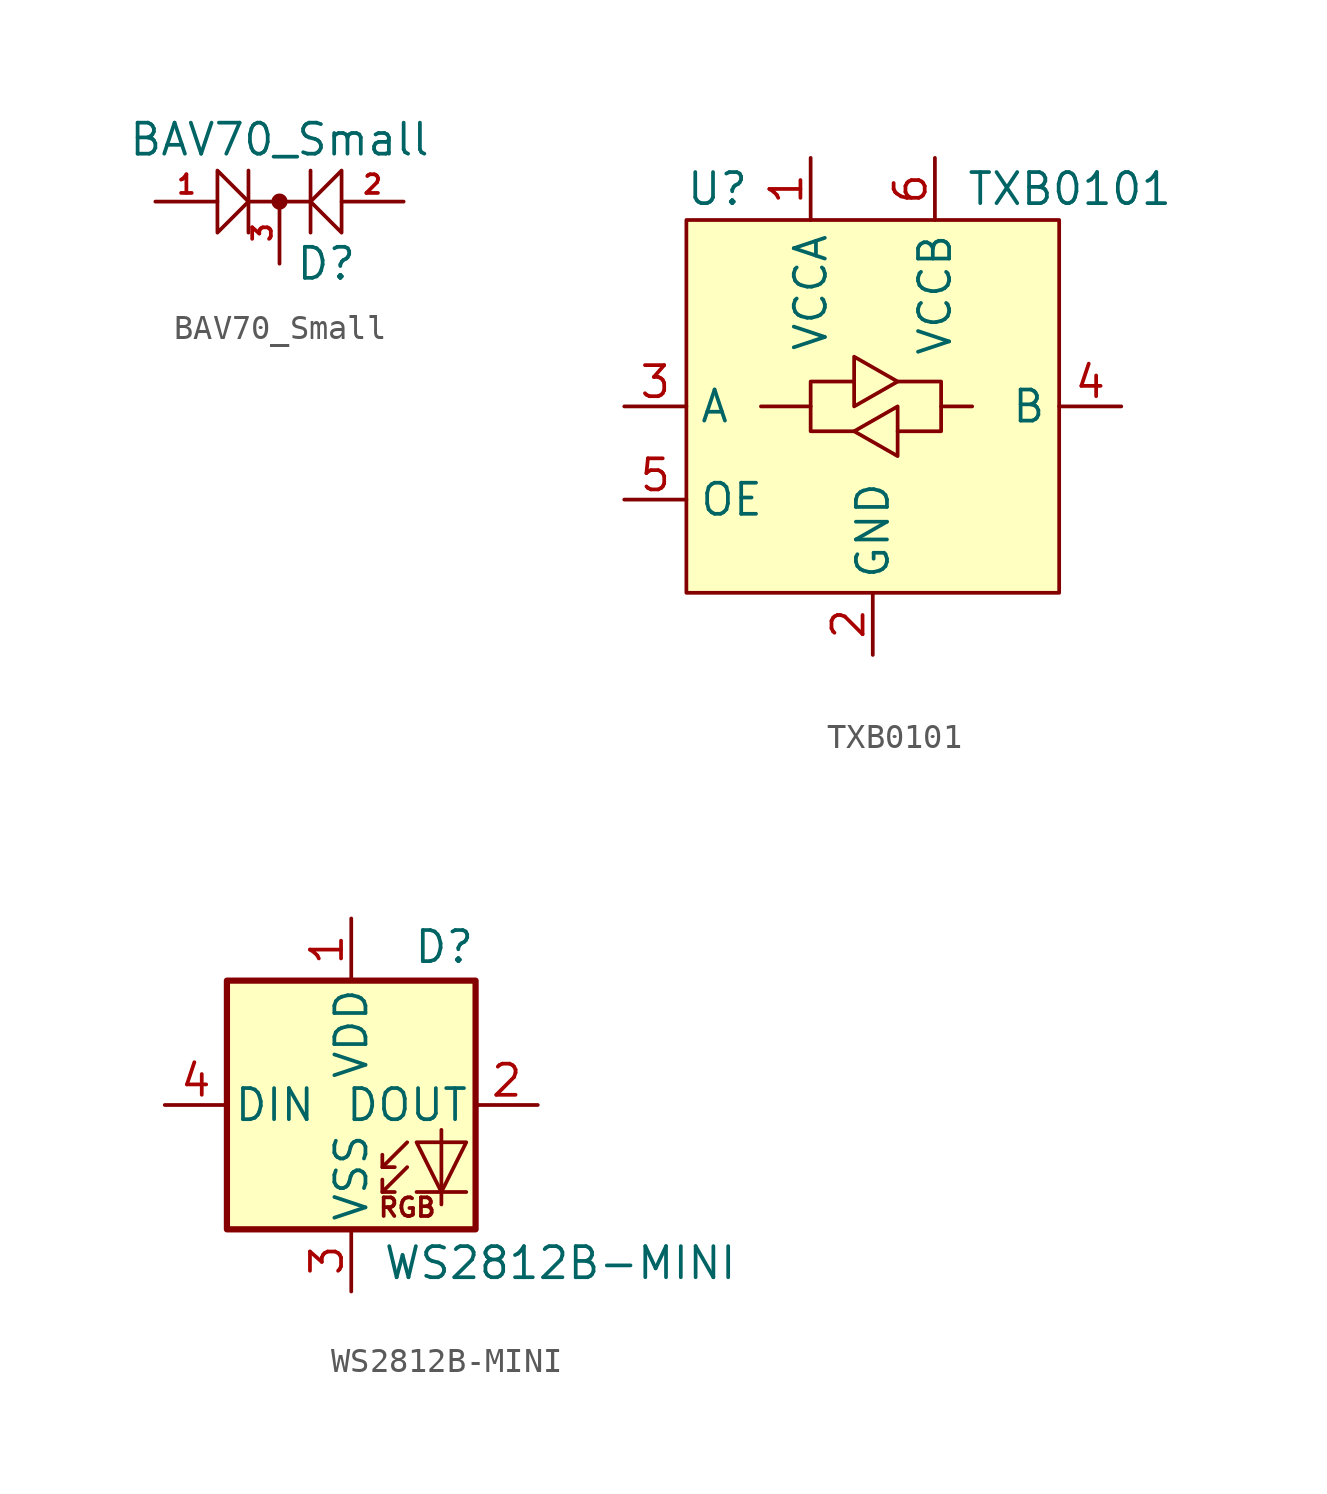
<source format=kicad_sym>
(kicad_symbol_lib
  (version 20211014)
  (generator kicad_symbol_editor)
  (symbol "BAV70_Small"
    (pin_names
      (offset 0.762) hide)
    (property "Reference" "D"
      (at 0.635 -2.54 0)
      (effects (font (size 1.27 1.27)) (justify left)))
    (property "Value" "BAV70_Small"
      (at 0 2.54 0)
      (effects (font (size 1.27 1.27))))
    (symbol "BAV70_Small_0_1"
      (polyline (pts (xy -1.27 1.27) (xy -1.27 -1.27)) (stroke (width 0) (type default) (color 0 0 0 0)) (fill (type none)))
      (polyline (pts (xy 1.27 0) (xy -1.27 0)) (stroke (width 0) (type default) (color 0 0 0 0)) (fill (type none)))
      (polyline (pts (xy 1.27 1.27) (xy 1.27 -1.27)) (stroke (width 0) (type default) (color 0 0 0 0)) (fill (type none)))
      (polyline (pts (xy -2.54 1.27) (xy -2.54 -1.27) (xy -1.27 0) (xy -2.54 1.27)) (stroke (width 0) (type default) (color 0 0 0 0)) (fill (type none)))
      (polyline (pts (xy 2.54 1.27) (xy 2.54 -1.27) (xy 1.27 0) (xy 2.54 1.27)) (stroke (width 0) (type default) (color 0 0 0 0)) (fill (type none)))
      (circle (center 0 0) (radius 0.254) (stroke (width 0) (type default) (color 0 0 0 0)) (fill (type outline))))
    (symbol "BAV70_Small_1_1"
      (pin input line (at -5.08 0 0) (length 2.54) (name "A1" (effects (font (size 0.762 0.762)))) (number "1" (effects (font (size 0.762 0.762)))))
      (pin input line (at 5.08 0 180) (length 2.54) (name "A2" (effects (font (size 0.762 0.762)))) (number "2" (effects (font (size 0.762 0.762)))))
      (pin passive line (at 0 -2.54 90) (length 2.54) (name "K" (effects (font (size 0.508 0.508)))) (number "3" (effects (font (size 0.762 0.762)))))))
  (symbol "TXB0101"
    (property "Reference" "U"
      (at -6.35 11.43 0)
      (effects (font (size 1.27 1.27))))
    (property "Value" "TXB0101"
      (at 3.81 11.43 0)
      (effects (font (size 1.27 1.27)) (justify left)))
    (symbol "TXB0101_0_1"
      (rectangle (start -7.62 10.16) (end 7.62 -5.08) (stroke (width 0) (type default) (color 0 0 0 0)) (fill (type background)))
      (polyline (pts (xy -2.54 2.54) (xy -2.54 3.556) (xy -0.762 3.556)) (stroke (width 0) (type default) (color 0 0 0 0)) (fill (type none)))
      (polyline (pts (xy 2.794 2.54) (xy 2.794 1.524) (xy 1.016 1.524)) (stroke (width 0) (type default) (color 0 0 0 0)) (fill (type none)))
      (polyline (pts (xy -0.762 1.524) (xy -2.54 1.524) (xy -2.54 2.54) (xy -4.572 2.54)) (stroke (width 0) (type default) (color 0 0 0 0)) (fill (type none)))
      (polyline (pts (xy -0.762 2.54) (xy -0.762 4.572) (xy 1.016 3.556) (xy -0.762 2.54)) (stroke (width 0) (type default) (color 0 0 0 0)) (fill (type none)))
      (polyline (pts (xy 1.016 3.556) (xy 2.794 3.556) (xy 2.794 2.54) (xy 4.064 2.54)) (stroke (width 0) (type default) (color 0 0 0 0)) (fill (type none)))
      (polyline (pts (xy 1.016 2.54) (xy 1.016 0.762) (xy 1.016 0.508) (xy -0.762 1.524) (xy 1.016 2.54)) (stroke (width 0) (type default) (color 0 0 0 0)) (fill (type none))))
    (symbol "TXB0101_1_1"
      (pin power_in line (at -2.54 12.7 270) (length 2.54) (name "VCCA" (effects (font (size 1.27 1.27)))) (number "1" (effects (font (size 1.27 1.27)))))
      (pin power_in line (at 0 -7.62 90) (length 2.54) (name "GND" (effects (font (size 1.27 1.27)))) (number "2" (effects (font (size 1.27 1.27)))))
      (pin bidirectional line (at -10.16 2.54 0) (length 2.54) (name "A" (effects (font (size 1.27 1.27)))) (number "3" (effects (font (size 1.27 1.27)))))
      (pin bidirectional line (at 10.16 2.54 180) (length 2.54) (name "B" (effects (font (size 1.27 1.27)))) (number "4" (effects (font (size 1.27 1.27)))))
      (pin input line (at -10.16 -1.27 0) (length 2.54) (name "OE" (effects (font (size 1.27 1.27)))) (number "5" (effects (font (size 1.27 1.27)))))
      (pin power_in line (at 2.54 12.7 270) (length 2.54) (name "VCCB" (effects (font (size 1.27 1.27)))) (number "6" (effects (font (size 1.27 1.27)))))))
  (symbol "WS2812B-MINI"
    (pin_names
      (offset 0.254))
    (property "Reference" "D"
      (at 5.08 5.715 0)
      (effects (font (size 1.27 1.27)) (justify right bottom)))
    (property "Value" "WS2812B-MINI"
      (at 1.27 -5.715 0)
      (effects (font (size 1.27 1.27)) (justify left top)))
    (symbol "WS2812B-MINI_0_0"
      (text "RGB" (at 2.286 -4.191 0) (effects (font (size 0.762 0.762)))))
    (symbol "WS2812B-MINI_0_1"
      (polyline (pts (xy 1.27 -3.556) (xy 1.778 -3.556)) (stroke (width 0) (type default) (color 0 0 0 0)) (fill (type none)))
      (polyline (pts (xy 1.27 -2.54) (xy 1.778 -2.54)) (stroke (width 0) (type default) (color 0 0 0 0)) (fill (type none)))
      (polyline (pts (xy 4.699 -3.556) (xy 2.667 -3.556)) (stroke (width 0) (type default) (color 0 0 0 0)) (fill (type none)))
      (polyline (pts (xy 2.286 -2.54) (xy 1.27 -3.556) (xy 1.27 -3.048)) (stroke (width 0) (type default) (color 0 0 0 0)) (fill (type none)))
      (polyline (pts (xy 2.286 -1.524) (xy 1.27 -2.54) (xy 1.27 -2.032)) (stroke (width 0) (type default) (color 0 0 0 0)) (fill (type none)))
      (polyline (pts (xy 3.683 -1.016) (xy 3.683 -3.556) (xy 3.683 -4.064)) (stroke (width 0) (type default) (color 0 0 0 0)) (fill (type none)))
      (polyline (pts (xy 4.699 -1.524) (xy 2.667 -1.524) (xy 3.683 -3.556) (xy 4.699 -1.524)) (stroke (width 0) (type default) (color 0 0 0 0)) (fill (type none)))
      (rectangle (start 5.08 5.08) (end -5.08 -5.08) (stroke (width 0.254) (type default) (color 0 0 0 0)) (fill (type background))))
    (symbol "WS2812B-MINI_1_1"
      (pin power_in line (at 0 7.62 270) (length 2.54) (name "VDD" (effects (font (size 1.27 1.27)))) (number "1" (effects (font (size 1.27 1.27)))))
      (pin output line (at 7.62 0 180) (length 2.54) (name "DOUT" (effects (font (size 1.27 1.27)))) (number "2" (effects (font (size 1.27 1.27)))))
      (pin power_in line (at 0 -7.62 90) (length 2.54) (name "VSS" (effects (font (size 1.27 1.27)))) (number "3" (effects (font (size 1.27 1.27)))))
      (pin input line (at -7.62 0 0) (length 2.54) (name "DIN" (effects (font (size 1.27 1.27)))) (number "4" (effects (font (size 1.27 1.27))))))))
</source>
